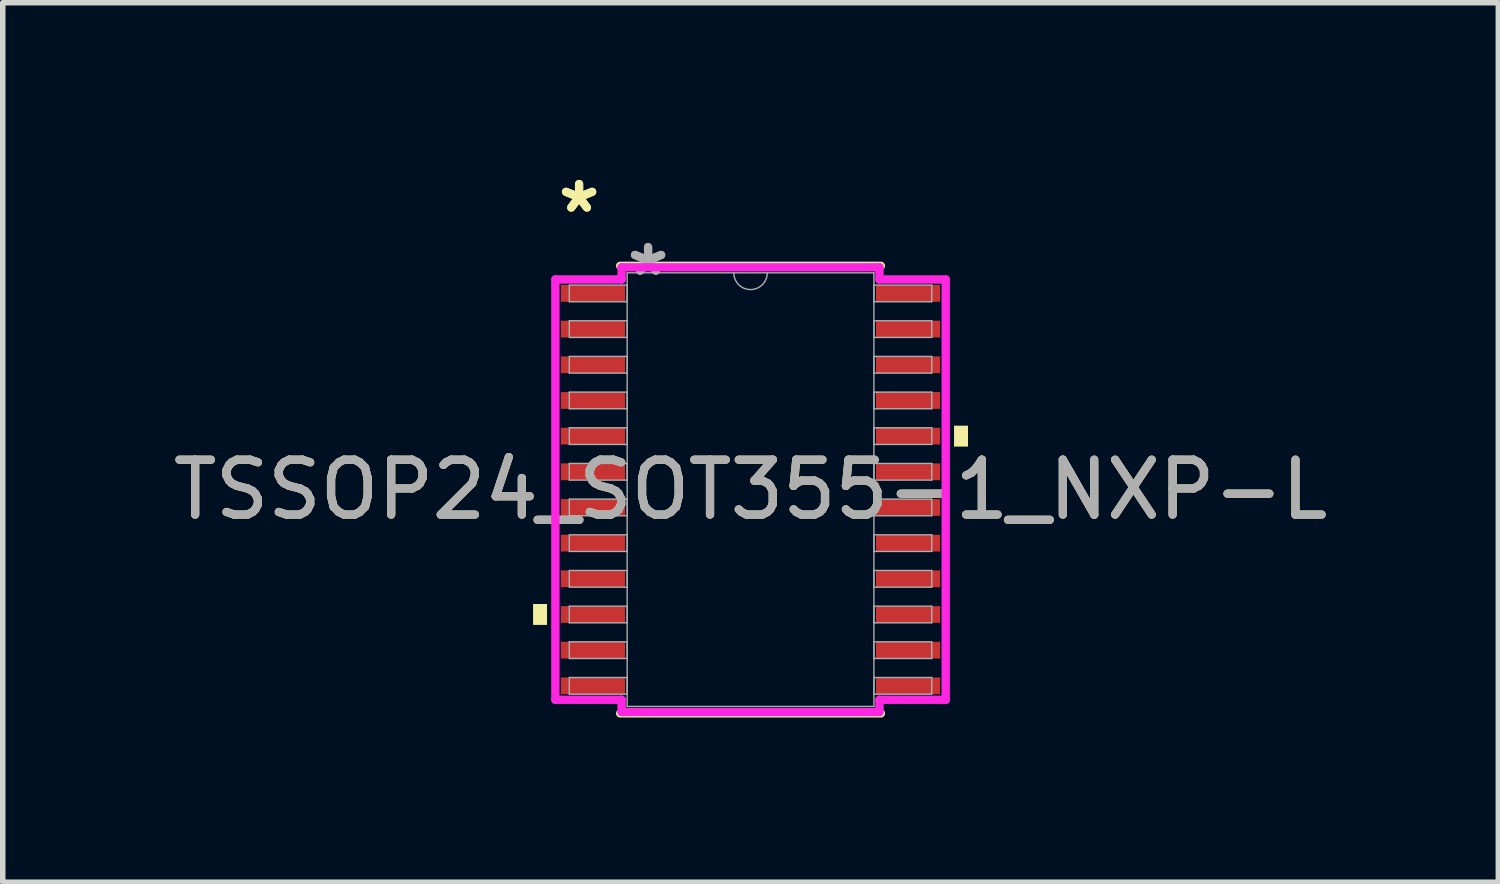
<source format=kicad_pcb>
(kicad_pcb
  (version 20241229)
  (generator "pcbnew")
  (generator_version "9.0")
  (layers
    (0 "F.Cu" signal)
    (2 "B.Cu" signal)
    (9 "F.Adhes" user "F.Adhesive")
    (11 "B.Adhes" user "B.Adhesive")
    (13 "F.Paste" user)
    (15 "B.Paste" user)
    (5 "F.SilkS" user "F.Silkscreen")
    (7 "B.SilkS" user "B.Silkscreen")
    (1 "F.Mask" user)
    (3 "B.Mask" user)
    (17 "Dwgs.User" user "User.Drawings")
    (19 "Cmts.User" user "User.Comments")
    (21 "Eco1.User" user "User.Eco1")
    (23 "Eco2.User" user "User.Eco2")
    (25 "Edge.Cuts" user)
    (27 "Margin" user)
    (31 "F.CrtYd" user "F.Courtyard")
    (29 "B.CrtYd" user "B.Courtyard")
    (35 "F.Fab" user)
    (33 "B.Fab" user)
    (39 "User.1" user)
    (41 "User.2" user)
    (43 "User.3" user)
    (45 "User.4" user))
  (footprint "TSSOP24_SOT355-1_NXP-L"
    (layer "F.Cu")
    (at 10.625 5.871)
    (property "Reference" "TSSOP24_SOT355-1_NXP-L" (at 0 0 0) (unlocked yes) (layer "F.SilkS") (effects (font (size 1 1) (thickness 0.15))))
    (attr smd)
    (fp_line (start -2.375 4.077) (end 2.375 4.077) (stroke (width 0.152) (type solid)) (layer "F.SilkS"))
    (fp_line (start 2.375 -4.077) (end -2.375 -4.077) (stroke (width 0.152) (type solid)) (layer "F.SilkS"))
    (fp_poly (pts (xy -3.962 2.084) (xy -3.962 2.465) (xy -3.708 2.465) (xy -3.708 2.084)) (stroke (width 0) (type solid)) (fill yes) (layer "F.SilkS"))
    (fp_poly (pts (xy 3.962 -1.165) (xy 3.962 -0.784) (xy 3.708 -0.784) (xy 3.708 -1.165)) (stroke (width 0) (type solid)) (fill yes) (layer "F.SilkS"))
    (fp_line (start -3.556 -3.829) (end -2.349 -3.829) (stroke (width 0.152) (type solid)) (layer "F.CrtYd"))
    (fp_line (start -3.556 3.829) (end -3.556 -3.829) (stroke (width 0.152) (type solid)) (layer "F.CrtYd"))
    (fp_line (start -3.556 3.829) (end -2.349 3.829) (stroke (width 0.152) (type solid)) (layer "F.CrtYd"))
    (fp_line (start -2.349 -4.051) (end 2.349 -4.051) (stroke (width 0.152) (type solid)) (layer "F.CrtYd"))
    (fp_line (start -2.349 -3.829) (end -2.349 -4.051) (stroke (width 0.152) (type solid)) (layer "F.CrtYd"))
    (fp_line (start -2.349 4.051) (end -2.349 3.829) (stroke (width 0.152) (type solid)) (layer "F.CrtYd"))
    (fp_line (start 2.349 -4.051) (end 2.349 -3.829) (stroke (width 0.152) (type solid)) (layer "F.CrtYd"))
    (fp_line (start 2.349 3.829) (end 2.349 4.051) (stroke (width 0.152) (type solid)) (layer "F.CrtYd"))
    (fp_line (start 2.349 4.051) (end -2.349 4.051) (stroke (width 0.152) (type solid)) (layer "F.CrtYd"))
    (fp_line (start 3.556 -3.829) (end 2.349 -3.829) (stroke (width 0.152) (type solid)) (layer "F.CrtYd"))
    (fp_line (start 3.556 -3.829) (end 3.556 3.829) (stroke (width 0.152) (type solid)) (layer "F.CrtYd"))
    (fp_line (start 3.556 3.829) (end 2.349 3.829) (stroke (width 0.152) (type solid)) (layer "F.CrtYd"))
    (fp_line (start -3.302 -3.727) (end -3.302 -3.423) (stroke (width 0.025) (type solid)) (layer "F.Fab"))
    (fp_line (start -3.302 -3.423) (end -2.248 -3.423) (stroke (width 0.025) (type solid)) (layer "F.Fab"))
    (fp_line (start -3.302 -3.077) (end -3.302 -2.773) (stroke (width 0.025) (type solid)) (layer "F.Fab"))
    (fp_line (start -3.302 -2.773) (end -2.248 -2.773) (stroke (width 0.025) (type solid)) (layer "F.Fab"))
    (fp_line (start -3.302 -2.427) (end -3.302 -2.123) (stroke (width 0.025) (type solid)) (layer "F.Fab"))
    (fp_line (start -3.302 -2.123) (end -2.248 -2.123) (stroke (width 0.025) (type solid)) (layer "F.Fab"))
    (fp_line (start -3.302 -1.777) (end -3.302 -1.473) (stroke (width 0.025) (type solid)) (layer "F.Fab"))
    (fp_line (start -3.302 -1.473) (end -2.248 -1.473) (stroke (width 0.025) (type solid)) (layer "F.Fab"))
    (fp_line (start -3.302 -1.127) (end -3.302 -0.823) (stroke (width 0.025) (type solid)) (layer "F.Fab"))
    (fp_line (start -3.302 -0.823) (end -2.248 -0.823) (stroke (width 0.025) (type solid)) (layer "F.Fab"))
    (fp_line (start -3.302 -0.477) (end -3.302 -0.173) (stroke (width 0.025) (type solid)) (layer "F.Fab"))
    (fp_line (start -3.302 -0.173) (end -2.248 -0.173) (stroke (width 0.025) (type solid)) (layer "F.Fab"))
    (fp_line (start -3.302 0.173) (end -3.302 0.477) (stroke (width 0.025) (type solid)) (layer "F.Fab"))
    (fp_line (start -3.302 0.477) (end -2.248 0.477) (stroke (width 0.025) (type solid)) (layer "F.Fab"))
    (fp_line (start -3.302 0.823) (end -3.302 1.127) (stroke (width 0.025) (type solid)) (layer "F.Fab"))
    (fp_line (start -3.302 1.127) (end -2.248 1.127) (stroke (width 0.025) (type solid)) (layer "F.Fab"))
    (fp_line (start -3.302 1.473) (end -3.302 1.777) (stroke (width 0.025) (type solid)) (layer "F.Fab"))
    (fp_line (start -3.302 1.777) (end -2.248 1.777) (stroke (width 0.025) (type solid)) (layer "F.Fab"))
    (fp_line (start -3.302 2.123) (end -3.302 2.427) (stroke (width 0.025) (type solid)) (layer "F.Fab"))
    (fp_line (start -3.302 2.427) (end -2.248 2.427) (stroke (width 0.025) (type solid)) (layer "F.Fab"))
    (fp_line (start -3.302 2.773) (end -3.302 3.077) (stroke (width 0.025) (type solid)) (layer "F.Fab"))
    (fp_line (start -3.302 3.077) (end -2.248 3.077) (stroke (width 0.025) (type solid)) (layer "F.Fab"))
    (fp_line (start -3.302 3.423) (end -3.302 3.727) (stroke (width 0.025) (type solid)) (layer "F.Fab"))
    (fp_line (start -3.302 3.727) (end -2.248 3.727) (stroke (width 0.025) (type solid)) (layer "F.Fab"))
    (fp_line (start -2.248 -3.95) (end -2.248 3.95) (stroke (width 0.025) (type solid)) (layer "F.Fab"))
    (fp_line (start -2.248 -3.727) (end -3.302 -3.727) (stroke (width 0.025) (type solid)) (layer "F.Fab"))
    (fp_line (start -2.248 -3.423) (end -2.248 -3.727) (stroke (width 0.025) (type solid)) (layer "F.Fab"))
    (fp_line (start -2.248 -3.077) (end -3.302 -3.077) (stroke (width 0.025) (type solid)) (layer "F.Fab"))
    (fp_line (start -2.248 -2.773) (end -2.248 -3.077) (stroke (width 0.025) (type solid)) (layer "F.Fab"))
    (fp_line (start -2.248 -2.427) (end -3.302 -2.427) (stroke (width 0.025) (type solid)) (layer "F.Fab"))
    (fp_line (start -2.248 -2.123) (end -2.248 -2.427) (stroke (width 0.025) (type solid)) (layer "F.Fab"))
    (fp_line (start -2.248 -1.777) (end -3.302 -1.777) (stroke (width 0.025) (type solid)) (layer "F.Fab"))
    (fp_line (start -2.248 -1.473) (end -2.248 -1.777) (stroke (width 0.025) (type solid)) (layer "F.Fab"))
    (fp_line (start -2.248 -1.127) (end -3.302 -1.127) (stroke (width 0.025) (type solid)) (layer "F.Fab"))
    (fp_line (start -2.248 -0.823) (end -2.248 -1.127) (stroke (width 0.025) (type solid)) (layer "F.Fab"))
    (fp_line (start -2.248 -0.477) (end -3.302 -0.477) (stroke (width 0.025) (type solid)) (layer "F.Fab"))
    (fp_line (start -2.248 -0.173) (end -2.248 -0.477) (stroke (width 0.025) (type solid)) (layer "F.Fab"))
    (fp_line (start -2.248 0.173) (end -3.302 0.173) (stroke (width 0.025) (type solid)) (layer "F.Fab"))
    (fp_line (start -2.248 0.477) (end -2.248 0.173) (stroke (width 0.025) (type solid)) (layer "F.Fab"))
    (fp_line (start -2.248 0.823) (end -3.302 0.823) (stroke (width 0.025) (type solid)) (layer "F.Fab"))
    (fp_line (start -2.248 1.127) (end -2.248 0.823) (stroke (width 0.025) (type solid)) (layer "F.Fab"))
    (fp_line (start -2.248 1.473) (end -3.302 1.473) (stroke (width 0.025) (type solid)) (layer "F.Fab"))
    (fp_line (start -2.248 1.777) (end -2.248 1.473) (stroke (width 0.025) (type solid)) (layer "F.Fab"))
    (fp_line (start -2.248 2.123) (end -3.302 2.123) (stroke (width 0.025) (type solid)) (layer "F.Fab"))
    (fp_line (start -2.248 2.427) (end -2.248 2.123) (stroke (width 0.025) (type solid)) (layer "F.Fab"))
    (fp_line (start -2.248 2.773) (end -3.302 2.773) (stroke (width 0.025) (type solid)) (layer "F.Fab"))
    (fp_line (start -2.248 3.077) (end -2.248 2.773) (stroke (width 0.025) (type solid)) (layer "F.Fab"))
    (fp_line (start -2.248 3.423) (end -3.302 3.423) (stroke (width 0.025) (type solid)) (layer "F.Fab"))
    (fp_line (start -2.248 3.727) (end -2.248 3.423) (stroke (width 0.025) (type solid)) (layer "F.Fab"))
    (fp_line (start -2.248 3.95) (end 2.248 3.95) (stroke (width 0.025) (type solid)) (layer "F.Fab"))
    (fp_line (start 2.248 -3.95) (end -2.248 -3.95) (stroke (width 0.025) (type solid)) (layer "F.Fab"))
    (fp_line (start 2.248 -3.727) (end 2.248 -3.423) (stroke (width 0.025) (type solid)) (layer "F.Fab"))
    (fp_line (start 2.248 -3.423) (end 3.302 -3.423) (stroke (width 0.025) (type solid)) (layer "F.Fab"))
    (fp_line (start 2.248 -3.077) (end 2.248 -2.773) (stroke (width 0.025) (type solid)) (layer "F.Fab"))
    (fp_line (start 2.248 -2.773) (end 3.302 -2.773) (stroke (width 0.025) (type solid)) (layer "F.Fab"))
    (fp_line (start 2.248 -2.427) (end 2.248 -2.123) (stroke (width 0.025) (type solid)) (layer "F.Fab"))
    (fp_line (start 2.248 -2.123) (end 3.302 -2.123) (stroke (width 0.025) (type solid)) (layer "F.Fab"))
    (fp_line (start 2.248 -1.777) (end 2.248 -1.473) (stroke (width 0.025) (type solid)) (layer "F.Fab"))
    (fp_line (start 2.248 -1.473) (end 3.302 -1.473) (stroke (width 0.025) (type solid)) (layer "F.Fab"))
    (fp_line (start 2.248 -1.127) (end 2.248 -0.823) (stroke (width 0.025) (type solid)) (layer "F.Fab"))
    (fp_line (start 2.248 -0.823) (end 3.302 -0.823) (stroke (width 0.025) (type solid)) (layer "F.Fab"))
    (fp_line (start 2.248 -0.477) (end 2.248 -0.173) (stroke (width 0.025) (type solid)) (layer "F.Fab"))
    (fp_line (start 2.248 -0.173) (end 3.302 -0.173) (stroke (width 0.025) (type solid)) (layer "F.Fab"))
    (fp_line (start 2.248 0.173) (end 2.248 0.477) (stroke (width 0.025) (type solid)) (layer "F.Fab"))
    (fp_line (start 2.248 0.477) (end 3.302 0.477) (stroke (width 0.025) (type solid)) (layer "F.Fab"))
    (fp_line (start 2.248 0.823) (end 2.248 1.127) (stroke (width 0.025) (type solid)) (layer "F.Fab"))
    (fp_line (start 2.248 1.127) (end 3.302 1.127) (stroke (width 0.025) (type solid)) (layer "F.Fab"))
    (fp_line (start 2.248 1.473) (end 2.248 1.777) (stroke (width 0.025) (type solid)) (layer "F.Fab"))
    (fp_line (start 2.248 1.777) (end 3.302 1.777) (stroke (width 0.025) (type solid)) (layer "F.Fab"))
    (fp_line (start 2.248 2.123) (end 2.248 2.427) (stroke (width 0.025) (type solid)) (layer "F.Fab"))
    (fp_line (start 2.248 2.427) (end 3.302 2.427) (stroke (width 0.025) (type solid)) (layer "F.Fab"))
    (fp_line (start 2.248 2.773) (end 2.248 3.077) (stroke (width 0.025) (type solid)) (layer "F.Fab"))
    (fp_line (start 2.248 3.077) (end 3.302 3.077) (stroke (width 0.025) (type solid)) (layer "F.Fab"))
    (fp_line (start 2.248 3.423) (end 2.248 3.727) (stroke (width 0.025) (type solid)) (layer "F.Fab"))
    (fp_line (start 2.248 3.727) (end 3.302 3.727) (stroke (width 0.025) (type solid)) (layer "F.Fab"))
    (fp_line (start 2.248 3.95) (end 2.248 -3.95) (stroke (width 0.025) (type solid)) (layer "F.Fab"))
    (fp_line (start 3.302 -3.727) (end 2.248 -3.727) (stroke (width 0.025) (type solid)) (layer "F.Fab"))
    (fp_line (start 3.302 -3.423) (end 3.302 -3.727) (stroke (width 0.025) (type solid)) (layer "F.Fab"))
    (fp_line (start 3.302 -3.077) (end 2.248 -3.077) (stroke (width 0.025) (type solid)) (layer "F.Fab"))
    (fp_line (start 3.302 -2.773) (end 3.302 -3.077) (stroke (width 0.025) (type solid)) (layer "F.Fab"))
    (fp_line (start 3.302 -2.427) (end 2.248 -2.427) (stroke (width 0.025) (type solid)) (layer "F.Fab"))
    (fp_line (start 3.302 -2.123) (end 3.302 -2.427) (stroke (width 0.025) (type solid)) (layer "F.Fab"))
    (fp_line (start 3.302 -1.777) (end 2.248 -1.777) (stroke (width 0.025) (type solid)) (layer "F.Fab"))
    (fp_line (start 3.302 -1.473) (end 3.302 -1.777) (stroke (width 0.025) (type solid)) (layer "F.Fab"))
    (fp_line (start 3.302 -1.127) (end 2.248 -1.127) (stroke (width 0.025) (type solid)) (layer "F.Fab"))
    (fp_line (start 3.302 -0.823) (end 3.302 -1.127) (stroke (width 0.025) (type solid)) (layer "F.Fab"))
    (fp_line (start 3.302 -0.477) (end 2.248 -0.477) (stroke (width 0.025) (type solid)) (layer "F.Fab"))
    (fp_line (start 3.302 -0.173) (end 3.302 -0.477) (stroke (width 0.025) (type solid)) (layer "F.Fab"))
    (fp_line (start 3.302 0.173) (end 2.248 0.173) (stroke (width 0.025) (type solid)) (layer "F.Fab"))
    (fp_line (start 3.302 0.477) (end 3.302 0.173) (stroke (width 0.025) (type solid)) (layer "F.Fab"))
    (fp_line (start 3.302 0.823) (end 2.248 0.823) (stroke (width 0.025) (type solid)) (layer "F.Fab"))
    (fp_line (start 3.302 1.127) (end 3.302 0.823) (stroke (width 0.025) (type solid)) (layer "F.Fab"))
    (fp_line (start 3.302 1.473) (end 2.248 1.473) (stroke (width 0.025) (type solid)) (layer "F.Fab"))
    (fp_line (start 3.302 1.777) (end 3.302 1.473) (stroke (width 0.025) (type solid)) (layer "F.Fab"))
    (fp_line (start 3.302 2.123) (end 2.248 2.123) (stroke (width 0.025) (type solid)) (layer "F.Fab"))
    (fp_line (start 3.302 2.427) (end 3.302 2.123) (stroke (width 0.025) (type solid)) (layer "F.Fab"))
    (fp_line (start 3.302 2.773) (end 2.248 2.773) (stroke (width 0.025) (type solid)) (layer "F.Fab"))
    (fp_line (start 3.302 3.077) (end 3.302 2.773) (stroke (width 0.025) (type solid)) (layer "F.Fab"))
    (fp_line (start 3.302 3.423) (end 2.248 3.423) (stroke (width 0.025) (type solid)) (layer "F.Fab"))
    (fp_line (start 3.302 3.727) (end 3.302 3.423) (stroke (width 0.025) (type solid)) (layer "F.Fab"))
    (fp_arc (start 0.3048 -3.9497) (mid 0 -3.6449) (end -0.3048 -3.9497) (stroke (width 0.0254) (type solid)) (layer "F.Fab"))
    (fp_text user "*" (at -3.124 -5.023 0) (layer "F.SilkS") (effects (font (size 1 1) (thickness 0.15))))
    (fp_text user "*" (at -3.124 -5.023 0) (unlocked yes) (layer "F.SilkS") (effects (font (size 1 1) (thickness 0.15))))
    (fp_text user "*" (at -1.867 -3.873 0) (unlocked yes) (layer "F.Fab") (effects (font (size 1 1) (thickness 0.15))))
    (fp_text user "*" (at -1.867 -3.873 0) (layer "F.Fab") (effects (font (size 1 1) (thickness 0.15))))
    (fp_text user "${REFERENCE}" (at 0 0 0) (unlocked yes) (layer "F.Fab") (effects (font (size 1 1) (thickness 0.15))))
    (pad "1" smd rect (at -2.87 -3.575) (size 1.168 0.305) (layers "F.Cu" "F.Mask" "F.Paste"))
    (pad "2" smd rect (at -2.87 -2.925) (size 1.168 0.305) (layers "F.Cu" "F.Mask" "F.Paste"))
    (pad "3" smd rect (at -2.87 -2.275) (size 1.168 0.305) (layers "F.Cu" "F.Mask" "F.Paste"))
    (pad "4" smd rect (at -2.87 -1.625) (size 1.168 0.305) (layers "F.Cu" "F.Mask" "F.Paste"))
    (pad "5" smd rect (at -2.87 -0.975) (size 1.168 0.305) (layers "F.Cu" "F.Mask" "F.Paste"))
    (pad "6" smd rect (at -2.87 -0.325) (size 1.168 0.305) (layers "F.Cu" "F.Mask" "F.Paste"))
    (pad "7" smd rect (at -2.87 0.325) (size 1.168 0.305) (layers "F.Cu" "F.Mask" "F.Paste"))
    (pad "8" smd rect (at -2.87 0.975) (size 1.168 0.305) (layers "F.Cu" "F.Mask" "F.Paste"))
    (pad "9" smd rect (at -2.87 1.625) (size 1.168 0.305) (layers "F.Cu" "F.Mask" "F.Paste"))
    (pad "10" smd rect (at -2.87 2.275) (size 1.168 0.305) (layers "F.Cu" "F.Mask" "F.Paste"))
    (pad "11" smd rect (at -2.87 2.925) (size 1.168 0.305) (layers "F.Cu" "F.Mask" "F.Paste"))
    (pad "12" smd rect (at -2.87 3.575) (size 1.168 0.305) (layers "F.Cu" "F.Mask" "F.Paste"))
    (pad "13" smd rect (at 2.87 3.575) (size 1.168 0.305) (layers "F.Cu" "F.Mask" "F.Paste"))
    (pad "14" smd rect (at 2.87 2.925) (size 1.168 0.305) (layers "F.Cu" "F.Mask" "F.Paste"))
    (pad "15" smd rect (at 2.87 2.275) (size 1.168 0.305) (layers "F.Cu" "F.Mask" "F.Paste"))
    (pad "16" smd rect (at 2.87 1.625) (size 1.168 0.305) (layers "F.Cu" "F.Mask" "F.Paste"))
    (pad "17" smd rect (at 2.87 0.975) (size 1.168 0.305) (layers "F.Cu" "F.Mask" "F.Paste"))
    (pad "18" smd rect (at 2.87 0.325) (size 1.168 0.305) (layers "F.Cu" "F.Mask" "F.Paste"))
    (pad "19" smd rect (at 2.87 -0.325) (size 1.168 0.305) (layers "F.Cu" "F.Mask" "F.Paste"))
    (pad "20" smd rect (at 2.87 -0.975) (size 1.168 0.305) (layers "F.Cu" "F.Mask" "F.Paste"))
    (pad "21" smd rect (at 2.87 -1.625) (size 1.168 0.305) (layers "F.Cu" "F.Mask" "F.Paste"))
    (pad "22" smd rect (at 2.87 -2.275) (size 1.168 0.305) (layers "F.Cu" "F.Mask" "F.Paste"))
    (pad "23" smd rect (at 2.87 -2.925) (size 1.168 0.305) (layers "F.Cu" "F.Mask" "F.Paste"))
    (pad "24" smd rect (at 2.87 -3.575) (size 1.168 0.305) (layers "F.Cu" "F.Mask" "F.Paste")))
  (gr_rect
    (start -3 -3)
    (end 24.25 13.024)
    (stroke (width 0.1) (type default))
    (fill no)
    (layer "Edge.Cuts")))
</source>
